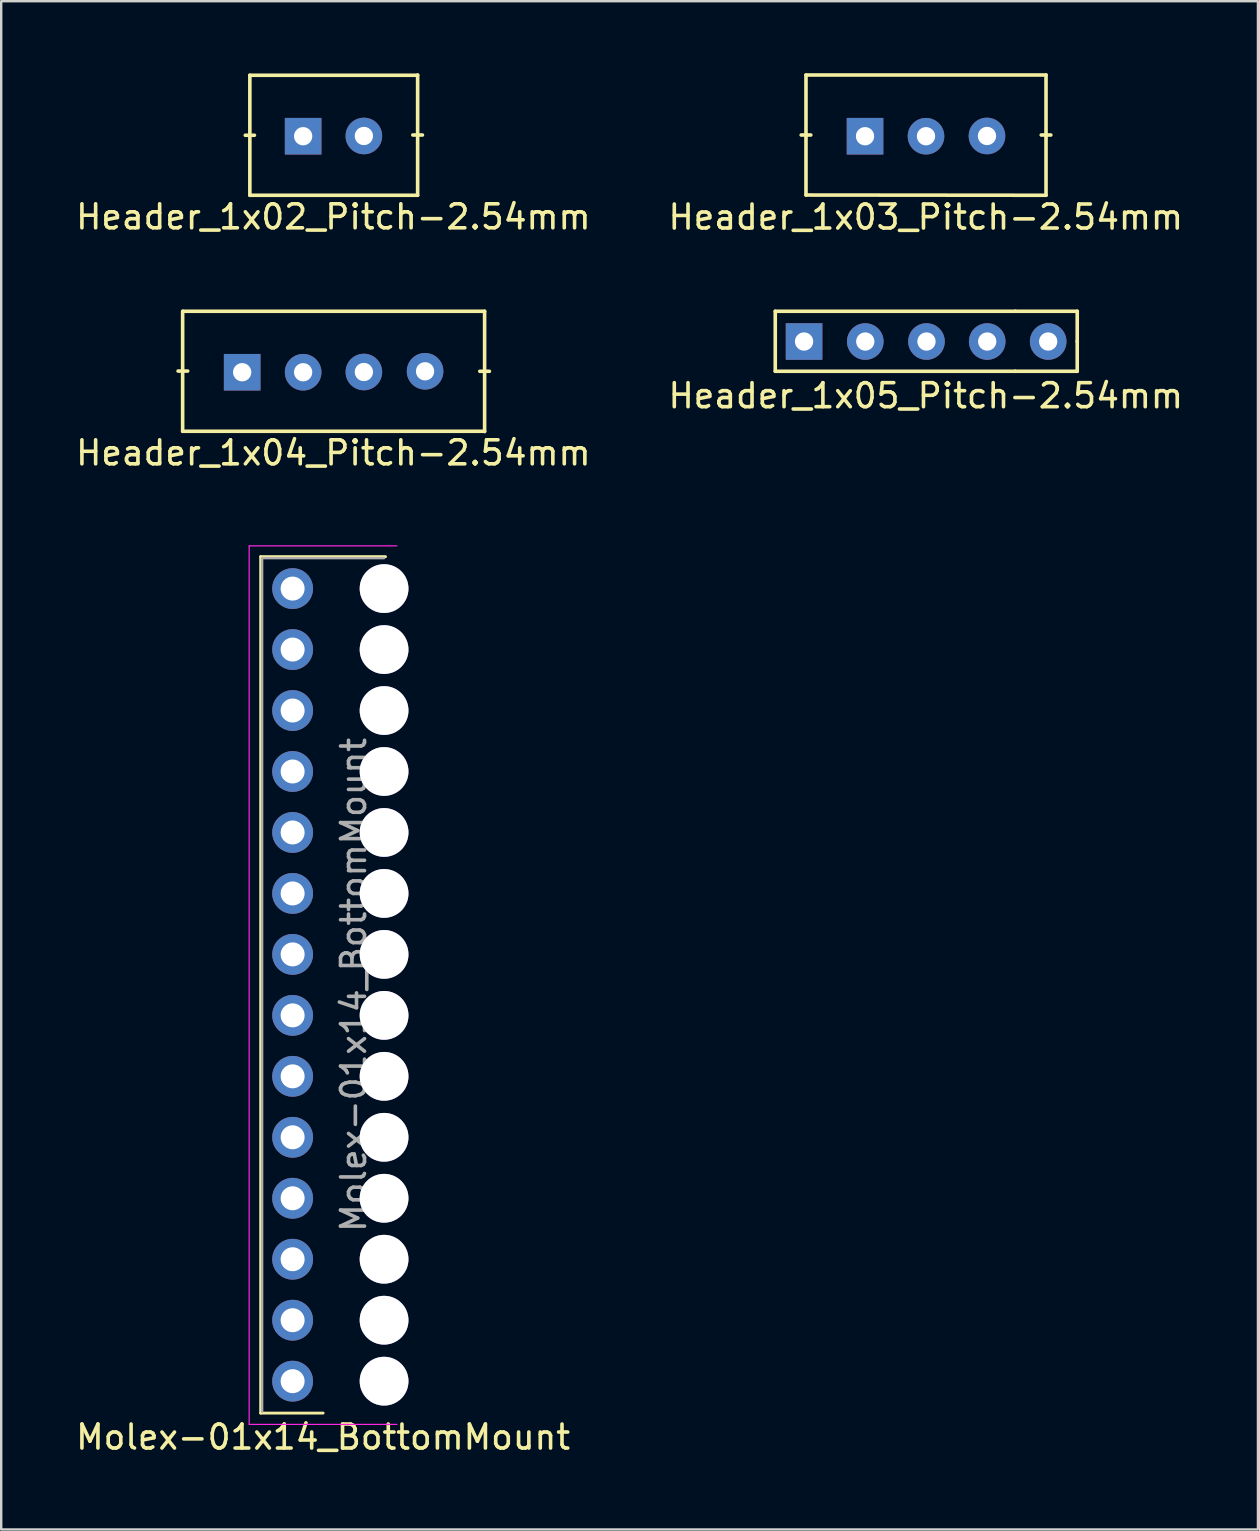
<source format=kicad_pcb>
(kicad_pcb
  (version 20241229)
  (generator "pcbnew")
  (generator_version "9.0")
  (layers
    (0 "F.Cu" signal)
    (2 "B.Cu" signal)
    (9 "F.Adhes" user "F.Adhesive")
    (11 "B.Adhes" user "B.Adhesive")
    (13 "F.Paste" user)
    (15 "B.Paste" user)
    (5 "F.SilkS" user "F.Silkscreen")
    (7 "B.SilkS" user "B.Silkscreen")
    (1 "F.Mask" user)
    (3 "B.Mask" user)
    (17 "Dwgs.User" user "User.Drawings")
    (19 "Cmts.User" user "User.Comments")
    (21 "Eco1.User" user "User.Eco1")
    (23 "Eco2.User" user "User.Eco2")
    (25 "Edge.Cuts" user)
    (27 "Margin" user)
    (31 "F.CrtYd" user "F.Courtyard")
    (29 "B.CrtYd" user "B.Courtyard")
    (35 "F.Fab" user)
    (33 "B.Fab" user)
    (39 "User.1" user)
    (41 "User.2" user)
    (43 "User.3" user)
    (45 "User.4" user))
  (footprint "Molex-01x14_BottomMount"
    (layer "F.Cu")
    (at 11.084 26.805)
    (property "Reference" "Molex-01x14_BottomMount" (at -0.673 30.016 180) (layer "F.SilkS") (effects (font (size 1 1) (thickness 0.15))))
    (attr through_hole)
    (fp_line (start -3.273 29.016) (end -3.273 -6.664) (stroke (width 0.12) (type solid)) (layer "F.SilkS"))
    (fp_line (start -0.673 29.016) (end -3.273 29.016) (stroke (width 0.12) (type solid)) (layer "F.SilkS"))
    (fp_line (start 1.927 -6.664) (end -3.273 -6.664) (stroke (width 0.12) (type solid)) (layer "F.SilkS"))
    (fp_line (start -3.753 -7.114) (end -3.753 29.486) (stroke (width 0.05) (type solid)) (layer "F.CrtYd"))
    (fp_line (start -3.753 29.486) (end 2.397 29.486) (stroke (width 0.05) (type solid)) (layer "F.CrtYd"))
    (fp_line (start 2.397 -7.114) (end -3.753 -7.114) (stroke (width 0.05) (type solid)) (layer "F.CrtYd"))
    (fp_line (start -3.213 -6.604) (end 1.867 -6.604) (stroke (width 0.1) (type solid)) (layer "F.Fab"))
    (fp_line (start -3.213 28.956) (end -3.213 -6.604) (stroke (width 0.1) (type solid)) (layer "F.Fab"))
    (fp_text user "${REFERENCE}" (at 0.597 11.176 270) (layer "F.Fab") (effects (font (size 1 1) (thickness 0.15))))
    (pad "" thru_hole circle (at 1.867 -5.334 180) (size 2.032 2.032) (drill 2.032) (layers "*.Cu" "*.Mask"))
    (pad "" thru_hole circle (at 1.867 -2.794 180) (size 2.032 2.032) (drill 2.032) (layers "*.Cu" "*.Mask"))
    (pad "" thru_hole circle (at 1.867 -0.254 180) (size 2.032 2.032) (drill 2.032) (layers "*.Cu" "*.Mask"))
    (pad "" thru_hole circle (at 1.867 2.286 180) (size 2.032 2.032) (drill 2.032) (layers "*.Cu" "*.Mask"))
    (pad "" thru_hole circle (at 1.867 4.826 180) (size 2.032 2.032) (drill 2.032) (layers "*.Cu" "*.Mask"))
    (pad "" thru_hole circle (at 1.867 7.366 180) (size 2.032 2.032) (drill 2.032) (layers "*.Cu" "*.Mask"))
    (pad "" thru_hole circle (at 1.867 9.906 180) (size 2.032 2.032) (drill 2.032) (layers "*.Cu" "*.Mask"))
    (pad "" thru_hole circle (at 1.867 12.446 180) (size 2.032 2.032) (drill 2.032) (layers "*.Cu" "*.Mask"))
    (pad "" thru_hole circle (at 1.867 14.986 180) (size 2.032 2.032) (drill 2.032) (layers "*.Cu" "*.Mask"))
    (pad "" thru_hole circle (at 1.867 17.526 180) (size 2.032 2.032) (drill 2.032) (layers "*.Cu" "*.Mask"))
    (pad "" thru_hole circle (at 1.867 20.066 180) (size 2.032 2.032) (drill 2.032) (layers "*.Cu" "*.Mask"))
    (pad "" thru_hole circle (at 1.867 22.606 180) (size 2.032 2.032) (drill 2.032) (layers "*.Cu" "*.Mask"))
    (pad "" thru_hole circle (at 1.867 25.146 180) (size 2.032 2.032) (drill 2.032) (layers "*.Cu" "*.Mask"))
    (pad "" thru_hole circle (at 1.867 27.686 180) (size 2.032 2.032) (drill 2.032) (layers "*.Cu" "*.Mask"))
    (pad "1" thru_hole oval (at -1.943 -5.334 180) (size 1.7 1.7) (drill 1) (layers "*.Cu" "*.Mask"))
    (pad "2" thru_hole oval (at -1.943 -2.794 180) (size 1.7 1.7) (drill 1) (layers "*.Cu" "*.Mask"))
    (pad "3" thru_hole oval (at -1.943 -0.254 180) (size 1.7 1.7) (drill 1) (layers "*.Cu" "*.Mask"))
    (pad "4" thru_hole oval (at -1.943 2.286 180) (size 1.7 1.7) (drill 1) (layers "*.Cu" "*.Mask"))
    (pad "5" thru_hole oval (at -1.943 4.826 180) (size 1.7 1.7) (drill 1) (layers "*.Cu" "*.Mask"))
    (pad "6" thru_hole oval (at -1.943 7.366 180) (size 1.7 1.7) (drill 1) (layers "*.Cu" "*.Mask"))
    (pad "7" thru_hole oval (at -1.943 9.906 180) (size 1.7 1.7) (drill 1) (layers "*.Cu" "*.Mask"))
    (pad "8" thru_hole oval (at -1.943 12.446 180) (size 1.7 1.7) (drill 1) (layers "*.Cu" "*.Mask"))
    (pad "9" thru_hole oval (at -1.943 14.986 180) (size 1.7 1.7) (drill 1) (layers "*.Cu" "*.Mask"))
    (pad "10" thru_hole oval (at -1.943 17.526 180) (size 1.7 1.7) (drill 1) (layers "*.Cu" "*.Mask"))
    (pad "11" thru_hole oval (at -1.943 20.066 180) (size 1.7 1.7) (drill 1) (layers "*.Cu" "*.Mask"))
    (pad "12" thru_hole oval (at -1.943 22.606 180) (size 1.7 1.7) (drill 1) (layers "*.Cu" "*.Mask"))
    (pad "13" thru_hole oval (at -1.943 25.146 180) (size 1.7 1.7) (drill 1) (layers "*.Cu" "*.Mask"))
    (pad "14" thru_hole oval (at -1.943 27.686 180) (size 1.7 1.7) (drill 1) (layers "*.Cu" "*.Mask")))
  (footprint "Header_1x02_Pitch-2.54mm"
    (layer "F.Cu")
    (at 10.849 2.585)
    (property "Reference" "Header_1x02_Pitch-2.54mm" (at -0.01 3.4 0) (layer "F.SilkS") (effects (font (size 1 1) (thickness 0.15))))
    (attr through_hole)
    (fp_line (start -3.49 -2.5) (end -3.49 2.5) (stroke (width 0.15) (type solid)) (layer "F.SilkS"))
    (fp_line (start -3.49 2.5) (end 3.5 2.5) (stroke (width 0.15) (type solid)) (layer "F.SilkS"))
    (fp_line (start -3.48 0) (end -3.68 0) (stroke (width 0.15) (type solid)) (layer "F.SilkS"))
    (fp_line (start -3.3 0) (end -3.5 0) (stroke (width 0.15) (type solid)) (layer "F.SilkS"))
    (fp_line (start 3.3 -0.01) (end 3.5 -0.01) (stroke (width 0.15) (type solid)) (layer "F.SilkS"))
    (fp_line (start 3.5 -2.5) (end -3.49 -2.5) (stroke (width 0.15) (type solid)) (layer "F.SilkS"))
    (fp_line (start 3.5 -0.01) (end 3.5 -2.51) (stroke (width 0.15) (type solid)) (layer "F.SilkS"))
    (fp_line (start 3.5 -0.01) (end 3.7 -0.01) (stroke (width 0.15) (type solid)) (layer "F.SilkS"))
    (fp_line (start 3.5 2.5) (end 3.5 -0.01) (stroke (width 0.15) (type solid)) (layer "F.SilkS"))
    (pad "1" thru_hole rect (at -1.27 0.04) (size 1.524 1.524) (drill 0.762) (layers "*.Cu" "*.Mask"))
    (pad "2" thru_hole circle (at 1.26 0.03) (size 1.524 1.524) (drill 0.762) (layers "*.Cu" "*.Mask")))
  (footprint "Header_1x04_Pitch-2.54mm"
    (layer "F.Cu")
    (at 10.849 12.418)
    (property "Reference" "Header_1x04_Pitch-2.54mm" (at -0.01 3.4 0) (layer "F.SilkS") (effects (font (size 1 1) (thickness 0.15))))
    (attr through_hole)
    (fp_line (start -6.29 -2.5) (end -6.29 2.5) (stroke (width 0.15) (type solid)) (layer "F.SilkS"))
    (fp_line (start -6.28 -0.01) (end -6.48 -0.01) (stroke (width 0.15) (type solid)) (layer "F.SilkS"))
    (fp_line (start -6.08 -0.01) (end -6.28 -0.01) (stroke (width 0.15) (type solid)) (layer "F.SilkS"))
    (fp_line (start 6.09 0) (end 6.29 0) (stroke (width 0.15) (type solid)) (layer "F.SilkS"))
    (fp_line (start 6.29 -2.5) (end -6.28 -2.5) (stroke (width 0.15) (type solid)) (layer "F.SilkS"))
    (fp_line (start 6.29 0) (end 6.29 -2.5) (stroke (width 0.15) (type solid)) (layer "F.SilkS"))
    (fp_line (start 6.29 0) (end 6.49 0) (stroke (width 0.15) (type solid)) (layer "F.SilkS"))
    (fp_line (start 6.29 2.5) (end -6.29 2.5) (stroke (width 0.15) (type solid)) (layer "F.SilkS"))
    (fp_line (start 6.29 2.51) (end 6.29 0) (stroke (width 0.15) (type solid)) (layer "F.SilkS"))
    (pad "1" thru_hole rect (at -3.81 0.04) (size 1.524 1.524) (drill 0.762) (layers "*.Cu" "*.Mask"))
    (pad "2" thru_hole circle (at -1.27 0.04) (size 1.524 1.524) (drill 0.762) (layers "*.Cu" "*.Mask"))
    (pad "3" thru_hole circle (at 1.26 0.03) (size 1.524 1.524) (drill 0.762) (layers "*.Cu" "*.Mask"))
    (pad "4" thru_hole circle (at 3.81 0) (size 1.524 1.524) (drill 0.762) (layers "*.Cu" "*.Mask")))
  (footprint "Header_1x05_Pitch-2.54mm"
    (layer "F.Cu")
    (at 35.538 11.178)
    (property "Reference" "Header_1x05_Pitch-2.54mm" (at -0.02 2.26 0) (layer "F.SilkS") (effects (font (size 1 1) (thickness 0.15))))
    (attr through_hole)
    (fp_line (start -6.29 -1.26) (end -6.29 1.24) (stroke (width 0.15) (type solid)) (layer "F.SilkS"))
    (fp_line (start -6.29 1.24) (end 3.71 1.24) (stroke (width 0.15) (type solid)) (layer "F.SilkS"))
    (fp_line (start 3.71 -1.26) (end -6.29 -1.26) (stroke (width 0.15) (type solid)) (layer "F.SilkS"))
    (fp_line (start 3.71 -1.26) (end 6.29 -1.26) (stroke (width 0.15) (type solid)) (layer "F.SilkS"))
    (fp_line (start 3.71 1.24) (end 6.29 1.24) (stroke (width 0.15) (type solid)) (layer "F.SilkS"))
    (fp_line (start 6.29 -0.01) (end 6.29 -1.26) (stroke (width 0.15) (type solid)) (layer "F.SilkS"))
    (fp_line (start 6.29 1.24) (end 6.29 -0.01) (stroke (width 0.15) (type solid)) (layer "F.SilkS"))
    (pad "1" thru_hole rect (at -5.09 0) (size 1.524 1.524) (drill 0.762) (layers "*.Cu" "*.Mask"))
    (pad "2" thru_hole circle (at -2.54 0) (size 1.524 1.524) (drill 0.762) (layers "*.Cu" "*.Mask"))
    (pad "3" thru_hole circle (at 0.01 0) (size 1.524 1.524) (drill 0.762) (layers "*.Cu" "*.Mask"))
    (pad "4" thru_hole circle (at 2.54 0) (size 1.524 1.524) (drill 0.762) (layers "*.Cu" "*.Mask"))
    (pad "5" thru_hole circle (at 5.08 0) (size 1.524 1.524) (drill 0.762) (layers "*.Cu" "*.Mask")))
  (footprint "Header_1x03_Pitch-2.54mm"
    (layer "F.Cu")
    (at 35.528 2.575)
    (property "Reference" "Header_1x03_Pitch-2.54mm" (at -0.01 3.42 0) (layer "F.SilkS") (effects (font (size 1 1) (thickness 0.15))))
    (attr through_hole)
    (fp_line (start -5 -2.5) (end -5 2.5) (stroke (width 0.15) (type solid)) (layer "F.SilkS"))
    (fp_line (start -5 0) (end -5.2 0) (stroke (width 0.15) (type solid)) (layer "F.SilkS"))
    (fp_line (start -5 2.5) (end 5 2.51) (stroke (width 0.15) (type solid)) (layer "F.SilkS"))
    (fp_line (start -4.8 0) (end -5 0) (stroke (width 0.15) (type solid)) (layer "F.SilkS"))
    (fp_line (start 4.8 0) (end 5 0) (stroke (width 0.15) (type solid)) (layer "F.SilkS"))
    (fp_line (start 5 -2.5) (end -5 -2.5) (stroke (width 0.15) (type solid)) (layer "F.SilkS"))
    (fp_line (start 5 0) (end 5 -2.5) (stroke (width 0.15) (type solid)) (layer "F.SilkS"))
    (fp_line (start 5 0) (end 5.2 0) (stroke (width 0.15) (type solid)) (layer "F.SilkS"))
    (fp_line (start 5 2.51) (end 5 0) (stroke (width 0.15) (type solid)) (layer "F.SilkS"))
    (pad "1" thru_hole rect (at -2.54 0.05) (size 1.524 1.524) (drill 0.762) (layers "*.Cu" "*.Mask"))
    (pad "2" thru_hole circle (at 0 0.05) (size 1.524 1.524) (drill 0.762) (layers "*.Cu" "*.Mask"))
    (pad "3" thru_hole circle (at 2.54 0.04) (size 1.524 1.524) (drill 0.762) (layers "*.Cu" "*.Mask")))
  (gr_rect
    (start -3 -3)
    (end 49.357 60.67)
    (stroke (width 0.1) (type default))
    (fill no)
    (layer "Edge.Cuts")))
</source>
